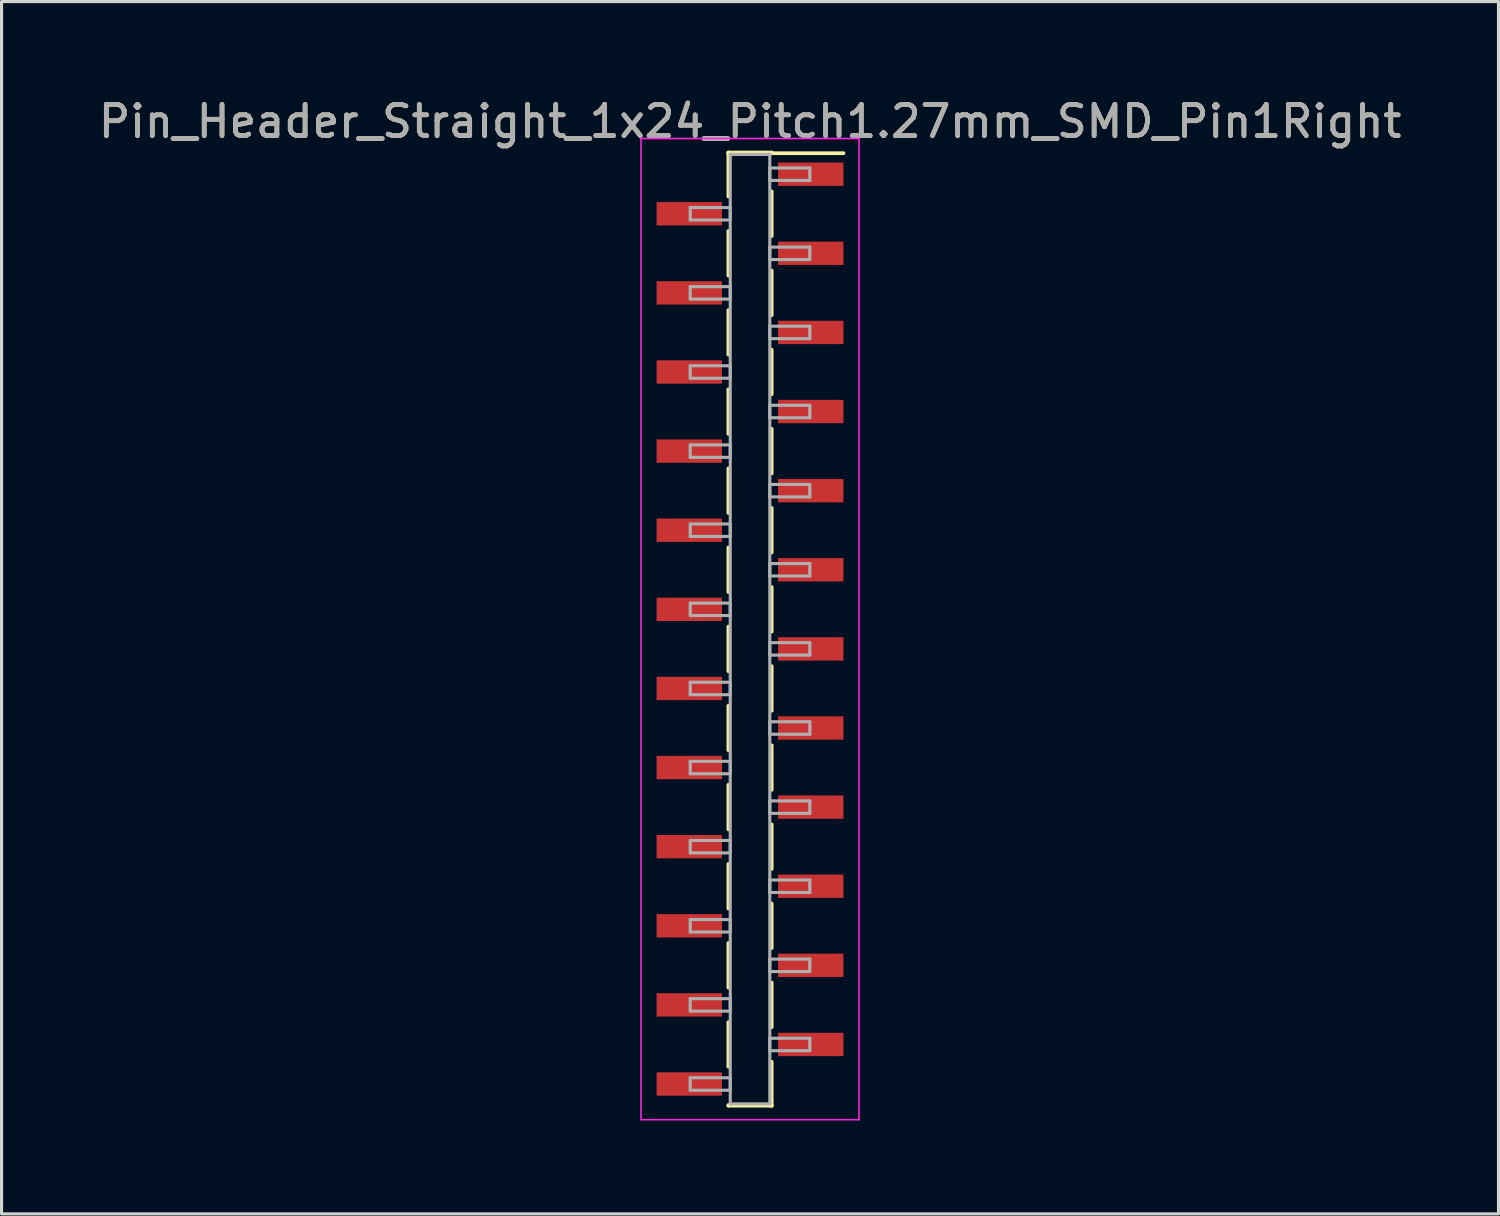
<source format=kicad_pcb>
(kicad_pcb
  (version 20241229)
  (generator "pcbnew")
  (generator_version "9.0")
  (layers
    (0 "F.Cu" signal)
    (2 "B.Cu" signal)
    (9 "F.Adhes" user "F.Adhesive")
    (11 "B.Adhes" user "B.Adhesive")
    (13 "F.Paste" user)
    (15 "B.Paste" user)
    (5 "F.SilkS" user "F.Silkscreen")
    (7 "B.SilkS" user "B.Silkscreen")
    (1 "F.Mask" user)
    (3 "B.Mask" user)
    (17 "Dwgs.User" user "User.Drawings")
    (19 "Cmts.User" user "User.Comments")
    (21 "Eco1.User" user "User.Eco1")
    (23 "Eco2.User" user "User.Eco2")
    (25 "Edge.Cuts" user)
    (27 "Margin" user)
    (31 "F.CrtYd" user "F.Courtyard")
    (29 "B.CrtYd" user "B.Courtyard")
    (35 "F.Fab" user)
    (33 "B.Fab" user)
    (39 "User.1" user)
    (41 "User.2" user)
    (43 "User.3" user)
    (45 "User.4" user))
  (footprint "Pin_Header_Straight_1x24_Pitch1.27mm_SMD_Pin1Right"
    (layer "F.Cu")
    (at 21.03 17.148)
    (property "Reference" "Pin_Header_Straight_1x24_Pitch1.27mm_SMD_Pin1Right" (at 0 -16.3 0) (layer "F.SilkS") (effects (font (size 1 1) (thickness 0.15))))
    (attr smd)
    (fp_line (start -0.695 -15.3) (end -0.695 -13.89) (stroke (width 0.12) (type solid)) (layer "F.SilkS"))
    (fp_line (start -0.695 -15.3) (end 0.695 -15.3) (stroke (width 0.12) (type solid)) (layer "F.SilkS"))
    (fp_line (start -0.695 -15.28) (end -0.695 -15.3) (stroke (width 0.12) (type solid)) (layer "F.SilkS"))
    (fp_line (start -0.695 -12.78) (end -0.695 -11.35) (stroke (width 0.12) (type solid)) (layer "F.SilkS"))
    (fp_line (start -0.695 -10.24) (end -0.695 -8.81) (stroke (width 0.12) (type solid)) (layer "F.SilkS"))
    (fp_line (start -0.695 -7.7) (end -0.695 -6.27) (stroke (width 0.12) (type solid)) (layer "F.SilkS"))
    (fp_line (start -0.695 -5.16) (end -0.695 -3.73) (stroke (width 0.12) (type solid)) (layer "F.SilkS"))
    (fp_line (start -0.695 -2.62) (end -0.695 -1.19) (stroke (width 0.12) (type solid)) (layer "F.SilkS"))
    (fp_line (start -0.695 -0.08) (end -0.695 1.35) (stroke (width 0.12) (type solid)) (layer "F.SilkS"))
    (fp_line (start -0.695 2.46) (end -0.695 3.89) (stroke (width 0.12) (type solid)) (layer "F.SilkS"))
    (fp_line (start -0.695 5) (end -0.695 6.43) (stroke (width 0.12) (type solid)) (layer "F.SilkS"))
    (fp_line (start -0.695 7.54) (end -0.695 8.97) (stroke (width 0.12) (type solid)) (layer "F.SilkS"))
    (fp_line (start -0.695 10.08) (end -0.695 11.51) (stroke (width 0.12) (type solid)) (layer "F.SilkS"))
    (fp_line (start -0.695 12.62) (end -0.695 14.05) (stroke (width 0.12) (type solid)) (layer "F.SilkS"))
    (fp_line (start -0.695 15.28) (end -0.695 15.3) (stroke (width 0.12) (type solid)) (layer "F.SilkS"))
    (fp_line (start -0.695 15.3) (end 0.695 15.3) (stroke (width 0.12) (type solid)) (layer "F.SilkS"))
    (fp_line (start 0.695 -15.3) (end 0.695 -15.28) (stroke (width 0.12) (type solid)) (layer "F.SilkS"))
    (fp_line (start 0.695 -15.28) (end 3 -15.28) (stroke (width 0.12) (type solid)) (layer "F.SilkS"))
    (fp_line (start 0.695 -14.05) (end 0.695 -12.62) (stroke (width 0.12) (type solid)) (layer "F.SilkS"))
    (fp_line (start 0.695 -11.51) (end 0.695 -10.08) (stroke (width 0.12) (type solid)) (layer "F.SilkS"))
    (fp_line (start 0.695 -8.97) (end 0.695 -7.54) (stroke (width 0.12) (type solid)) (layer "F.SilkS"))
    (fp_line (start 0.695 -6.43) (end 0.695 -5) (stroke (width 0.12) (type solid)) (layer "F.SilkS"))
    (fp_line (start 0.695 -3.89) (end 0.695 -2.46) (stroke (width 0.12) (type solid)) (layer "F.SilkS"))
    (fp_line (start 0.695 -1.35) (end 0.695 0.08) (stroke (width 0.12) (type solid)) (layer "F.SilkS"))
    (fp_line (start 0.695 1.19) (end 0.695 2.62) (stroke (width 0.12) (type solid)) (layer "F.SilkS"))
    (fp_line (start 0.695 3.73) (end 0.695 5.16) (stroke (width 0.12) (type solid)) (layer "F.SilkS"))
    (fp_line (start 0.695 6.27) (end 0.695 7.7) (stroke (width 0.12) (type solid)) (layer "F.SilkS"))
    (fp_line (start 0.695 8.81) (end 0.695 10.24) (stroke (width 0.12) (type solid)) (layer "F.SilkS"))
    (fp_line (start 0.695 11.35) (end 0.695 12.78) (stroke (width 0.12) (type solid)) (layer "F.SilkS"))
    (fp_line (start 0.695 13.89) (end 0.695 15.3) (stroke (width 0.12) (type solid)) (layer "F.SilkS"))
    (fp_line (start 0.695 15.3) (end 0.695 15.28) (stroke (width 0.12) (type solid)) (layer "F.SilkS"))
    (fp_line (start -3.5 -15.75) (end -3.5 15.75) (stroke (width 0.05) (type solid)) (layer "F.CrtYd"))
    (fp_line (start -3.5 15.75) (end 3.5 15.75) (stroke (width 0.05) (type solid)) (layer "F.CrtYd"))
    (fp_line (start 3.5 -15.75) (end -3.5 -15.75) (stroke (width 0.05) (type solid)) (layer "F.CrtYd"))
    (fp_line (start 3.5 15.75) (end 3.5 -15.75) (stroke (width 0.05) (type solid)) (layer "F.CrtYd"))
    (fp_line (start -1.92 -13.535) (end -0.635 -13.535) (stroke (width 0.1) (type solid)) (layer "F.Fab"))
    (fp_line (start -1.92 -13.135) (end -1.92 -13.535) (stroke (width 0.1) (type solid)) (layer "F.Fab"))
    (fp_line (start -1.92 -10.995) (end -0.635 -10.995) (stroke (width 0.1) (type solid)) (layer "F.Fab"))
    (fp_line (start -1.92 -10.595) (end -1.92 -10.995) (stroke (width 0.1) (type solid)) (layer "F.Fab"))
    (fp_line (start -1.92 -8.455) (end -0.635 -8.455) (stroke (width 0.1) (type solid)) (layer "F.Fab"))
    (fp_line (start -1.92 -8.055) (end -1.92 -8.455) (stroke (width 0.1) (type solid)) (layer "F.Fab"))
    (fp_line (start -1.92 -5.915) (end -0.635 -5.915) (stroke (width 0.1) (type solid)) (layer "F.Fab"))
    (fp_line (start -1.92 -5.515) (end -1.92 -5.915) (stroke (width 0.1) (type solid)) (layer "F.Fab"))
    (fp_line (start -1.92 -3.375) (end -0.635 -3.375) (stroke (width 0.1) (type solid)) (layer "F.Fab"))
    (fp_line (start -1.92 -2.975) (end -1.92 -3.375) (stroke (width 0.1) (type solid)) (layer "F.Fab"))
    (fp_line (start -1.92 -0.835) (end -0.635 -0.835) (stroke (width 0.1) (type solid)) (layer "F.Fab"))
    (fp_line (start -1.92 -0.435) (end -1.92 -0.835) (stroke (width 0.1) (type solid)) (layer "F.Fab"))
    (fp_line (start -1.92 1.705) (end -0.635 1.705) (stroke (width 0.1) (type solid)) (layer "F.Fab"))
    (fp_line (start -1.92 2.105) (end -1.92 1.705) (stroke (width 0.1) (type solid)) (layer "F.Fab"))
    (fp_line (start -1.92 4.245) (end -0.635 4.245) (stroke (width 0.1) (type solid)) (layer "F.Fab"))
    (fp_line (start -1.92 4.645) (end -1.92 4.245) (stroke (width 0.1) (type solid)) (layer "F.Fab"))
    (fp_line (start -1.92 6.785) (end -0.635 6.785) (stroke (width 0.1) (type solid)) (layer "F.Fab"))
    (fp_line (start -1.92 7.185) (end -1.92 6.785) (stroke (width 0.1) (type solid)) (layer "F.Fab"))
    (fp_line (start -1.92 9.325) (end -0.635 9.325) (stroke (width 0.1) (type solid)) (layer "F.Fab"))
    (fp_line (start -1.92 9.725) (end -1.92 9.325) (stroke (width 0.1) (type solid)) (layer "F.Fab"))
    (fp_line (start -1.92 11.865) (end -0.635 11.865) (stroke (width 0.1) (type solid)) (layer "F.Fab"))
    (fp_line (start -1.92 12.265) (end -1.92 11.865) (stroke (width 0.1) (type solid)) (layer "F.Fab"))
    (fp_line (start -1.92 14.405) (end -0.635 14.405) (stroke (width 0.1) (type solid)) (layer "F.Fab"))
    (fp_line (start -1.92 14.805) (end -1.92 14.405) (stroke (width 0.1) (type solid)) (layer "F.Fab"))
    (fp_line (start -0.635 -15.24) (end -0.635 15.24) (stroke (width 0.1) (type solid)) (layer "F.Fab"))
    (fp_line (start -0.635 -13.535) (end -0.635 -13.135) (stroke (width 0.1) (type solid)) (layer "F.Fab"))
    (fp_line (start -0.635 -13.135) (end -1.92 -13.135) (stroke (width 0.1) (type solid)) (layer "F.Fab"))
    (fp_line (start -0.635 -10.995) (end -0.635 -10.595) (stroke (width 0.1) (type solid)) (layer "F.Fab"))
    (fp_line (start -0.635 -10.595) (end -1.92 -10.595) (stroke (width 0.1) (type solid)) (layer "F.Fab"))
    (fp_line (start -0.635 -8.455) (end -0.635 -8.055) (stroke (width 0.1) (type solid)) (layer "F.Fab"))
    (fp_line (start -0.635 -8.055) (end -1.92 -8.055) (stroke (width 0.1) (type solid)) (layer "F.Fab"))
    (fp_line (start -0.635 -5.915) (end -0.635 -5.515) (stroke (width 0.1) (type solid)) (layer "F.Fab"))
    (fp_line (start -0.635 -5.515) (end -1.92 -5.515) (stroke (width 0.1) (type solid)) (layer "F.Fab"))
    (fp_line (start -0.635 -3.375) (end -0.635 -2.975) (stroke (width 0.1) (type solid)) (layer "F.Fab"))
    (fp_line (start -0.635 -2.975) (end -1.92 -2.975) (stroke (width 0.1) (type solid)) (layer "F.Fab"))
    (fp_line (start -0.635 -0.835) (end -0.635 -0.435) (stroke (width 0.1) (type solid)) (layer "F.Fab"))
    (fp_line (start -0.635 -0.435) (end -1.92 -0.435) (stroke (width 0.1) (type solid)) (layer "F.Fab"))
    (fp_line (start -0.635 1.705) (end -0.635 2.105) (stroke (width 0.1) (type solid)) (layer "F.Fab"))
    (fp_line (start -0.635 2.105) (end -1.92 2.105) (stroke (width 0.1) (type solid)) (layer "F.Fab"))
    (fp_line (start -0.635 4.245) (end -0.635 4.645) (stroke (width 0.1) (type solid)) (layer "F.Fab"))
    (fp_line (start -0.635 4.645) (end -1.92 4.645) (stroke (width 0.1) (type solid)) (layer "F.Fab"))
    (fp_line (start -0.635 6.785) (end -0.635 7.185) (stroke (width 0.1) (type solid)) (layer "F.Fab"))
    (fp_line (start -0.635 7.185) (end -1.92 7.185) (stroke (width 0.1) (type solid)) (layer "F.Fab"))
    (fp_line (start -0.635 9.325) (end -0.635 9.725) (stroke (width 0.1) (type solid)) (layer "F.Fab"))
    (fp_line (start -0.635 9.725) (end -1.92 9.725) (stroke (width 0.1) (type solid)) (layer "F.Fab"))
    (fp_line (start -0.635 11.865) (end -0.635 12.265) (stroke (width 0.1) (type solid)) (layer "F.Fab"))
    (fp_line (start -0.635 12.265) (end -1.92 12.265) (stroke (width 0.1) (type solid)) (layer "F.Fab"))
    (fp_line (start -0.635 14.405) (end -0.635 14.805) (stroke (width 0.1) (type solid)) (layer "F.Fab"))
    (fp_line (start -0.635 14.805) (end -1.92 14.805) (stroke (width 0.1) (type solid)) (layer "F.Fab"))
    (fp_line (start -0.635 15.24) (end 0.635 15.24) (stroke (width 0.1) (type solid)) (layer "F.Fab"))
    (fp_line (start 0.635 -15.24) (end -0.635 -15.24) (stroke (width 0.1) (type solid)) (layer "F.Fab"))
    (fp_line (start 0.635 -14.805) (end 0.635 -14.405) (stroke (width 0.1) (type solid)) (layer "F.Fab"))
    (fp_line (start 0.635 -14.405) (end 1.92 -14.405) (stroke (width 0.1) (type solid)) (layer "F.Fab"))
    (fp_line (start 0.635 -12.265) (end 0.635 -11.865) (stroke (width 0.1) (type solid)) (layer "F.Fab"))
    (fp_line (start 0.635 -11.865) (end 1.92 -11.865) (stroke (width 0.1) (type solid)) (layer "F.Fab"))
    (fp_line (start 0.635 -9.725) (end 0.635 -9.325) (stroke (width 0.1) (type solid)) (layer "F.Fab"))
    (fp_line (start 0.635 -9.325) (end 1.92 -9.325) (stroke (width 0.1) (type solid)) (layer "F.Fab"))
    (fp_line (start 0.635 -7.185) (end 0.635 -6.785) (stroke (width 0.1) (type solid)) (layer "F.Fab"))
    (fp_line (start 0.635 -6.785) (end 1.92 -6.785) (stroke (width 0.1) (type solid)) (layer "F.Fab"))
    (fp_line (start 0.635 -4.645) (end 0.635 -4.245) (stroke (width 0.1) (type solid)) (layer "F.Fab"))
    (fp_line (start 0.635 -4.245) (end 1.92 -4.245) (stroke (width 0.1) (type solid)) (layer "F.Fab"))
    (fp_line (start 0.635 -2.105) (end 0.635 -1.705) (stroke (width 0.1) (type solid)) (layer "F.Fab"))
    (fp_line (start 0.635 -1.705) (end 1.92 -1.705) (stroke (width 0.1) (type solid)) (layer "F.Fab"))
    (fp_line (start 0.635 0.435) (end 0.635 0.835) (stroke (width 0.1) (type solid)) (layer "F.Fab"))
    (fp_line (start 0.635 0.835) (end 1.92 0.835) (stroke (width 0.1) (type solid)) (layer "F.Fab"))
    (fp_line (start 0.635 2.975) (end 0.635 3.375) (stroke (width 0.1) (type solid)) (layer "F.Fab"))
    (fp_line (start 0.635 3.375) (end 1.92 3.375) (stroke (width 0.1) (type solid)) (layer "F.Fab"))
    (fp_line (start 0.635 5.515) (end 0.635 5.915) (stroke (width 0.1) (type solid)) (layer "F.Fab"))
    (fp_line (start 0.635 5.915) (end 1.92 5.915) (stroke (width 0.1) (type solid)) (layer "F.Fab"))
    (fp_line (start 0.635 8.055) (end 0.635 8.455) (stroke (width 0.1) (type solid)) (layer "F.Fab"))
    (fp_line (start 0.635 8.455) (end 1.92 8.455) (stroke (width 0.1) (type solid)) (layer "F.Fab"))
    (fp_line (start 0.635 10.595) (end 0.635 10.995) (stroke (width 0.1) (type solid)) (layer "F.Fab"))
    (fp_line (start 0.635 10.995) (end 1.92 10.995) (stroke (width 0.1) (type solid)) (layer "F.Fab"))
    (fp_line (start 0.635 13.135) (end 0.635 13.535) (stroke (width 0.1) (type solid)) (layer "F.Fab"))
    (fp_line (start 0.635 13.535) (end 1.92 13.535) (stroke (width 0.1) (type solid)) (layer "F.Fab"))
    (fp_line (start 0.635 15.24) (end 0.635 -15.24) (stroke (width 0.1) (type solid)) (layer "F.Fab"))
    (fp_line (start 1.92 -14.805) (end 0.635 -14.805) (stroke (width 0.1) (type solid)) (layer "F.Fab"))
    (fp_line (start 1.92 -14.405) (end 1.92 -14.805) (stroke (width 0.1) (type solid)) (layer "F.Fab"))
    (fp_line (start 1.92 -12.265) (end 0.635 -12.265) (stroke (width 0.1) (type solid)) (layer "F.Fab"))
    (fp_line (start 1.92 -11.865) (end 1.92 -12.265) (stroke (width 0.1) (type solid)) (layer "F.Fab"))
    (fp_line (start 1.92 -9.725) (end 0.635 -9.725) (stroke (width 0.1) (type solid)) (layer "F.Fab"))
    (fp_line (start 1.92 -9.325) (end 1.92 -9.725) (stroke (width 0.1) (type solid)) (layer "F.Fab"))
    (fp_line (start 1.92 -7.185) (end 0.635 -7.185) (stroke (width 0.1) (type solid)) (layer "F.Fab"))
    (fp_line (start 1.92 -6.785) (end 1.92 -7.185) (stroke (width 0.1) (type solid)) (layer "F.Fab"))
    (fp_line (start 1.92 -4.645) (end 0.635 -4.645) (stroke (width 0.1) (type solid)) (layer "F.Fab"))
    (fp_line (start 1.92 -4.245) (end 1.92 -4.645) (stroke (width 0.1) (type solid)) (layer "F.Fab"))
    (fp_line (start 1.92 -2.105) (end 0.635 -2.105) (stroke (width 0.1) (type solid)) (layer "F.Fab"))
    (fp_line (start 1.92 -1.705) (end 1.92 -2.105) (stroke (width 0.1) (type solid)) (layer "F.Fab"))
    (fp_line (start 1.92 0.435) (end 0.635 0.435) (stroke (width 0.1) (type solid)) (layer "F.Fab"))
    (fp_line (start 1.92 0.835) (end 1.92 0.435) (stroke (width 0.1) (type solid)) (layer "F.Fab"))
    (fp_line (start 1.92 2.975) (end 0.635 2.975) (stroke (width 0.1) (type solid)) (layer "F.Fab"))
    (fp_line (start 1.92 3.375) (end 1.92 2.975) (stroke (width 0.1) (type solid)) (layer "F.Fab"))
    (fp_line (start 1.92 5.515) (end 0.635 5.515) (stroke (width 0.1) (type solid)) (layer "F.Fab"))
    (fp_line (start 1.92 5.915) (end 1.92 5.515) (stroke (width 0.1) (type solid)) (layer "F.Fab"))
    (fp_line (start 1.92 8.055) (end 0.635 8.055) (stroke (width 0.1) (type solid)) (layer "F.Fab"))
    (fp_line (start 1.92 8.455) (end 1.92 8.055) (stroke (width 0.1) (type solid)) (layer "F.Fab"))
    (fp_line (start 1.92 10.595) (end 0.635 10.595) (stroke (width 0.1) (type solid)) (layer "F.Fab"))
    (fp_line (start 1.92 10.995) (end 1.92 10.595) (stroke (width 0.1) (type solid)) (layer "F.Fab"))
    (fp_line (start 1.92 13.135) (end 0.635 13.135) (stroke (width 0.1) (type solid)) (layer "F.Fab"))
    (fp_line (start 1.92 13.535) (end 1.92 13.135) (stroke (width 0.1) (type solid)) (layer "F.Fab"))
    (fp_text user "${REFERENCE}" (at 0 -16.3 0) (layer "F.Fab") (effects (font (size 1 1) (thickness 0.15))))
    (pad "1" smd rect (at 1.95 -14.605) (size 2.1 0.75) (layers "F.Cu" "F.Mask" "F.Paste"))
    (pad "2" smd rect (at -1.95 -13.335) (size 2.1 0.75) (layers "F.Cu" "F.Mask" "F.Paste"))
    (pad "3" smd rect (at 1.95 -12.065) (size 2.1 0.75) (layers "F.Cu" "F.Mask" "F.Paste"))
    (pad "4" smd rect (at -1.95 -10.795) (size 2.1 0.75) (layers "F.Cu" "F.Mask" "F.Paste"))
    (pad "5" smd rect (at 1.95 -9.525) (size 2.1 0.75) (layers "F.Cu" "F.Mask" "F.Paste"))
    (pad "6" smd rect (at -1.95 -8.255) (size 2.1 0.75) (layers "F.Cu" "F.Mask" "F.Paste"))
    (pad "7" smd rect (at 1.95 -6.985) (size 2.1 0.75) (layers "F.Cu" "F.Mask" "F.Paste"))
    (pad "8" smd rect (at -1.95 -5.715) (size 2.1 0.75) (layers "F.Cu" "F.Mask" "F.Paste"))
    (pad "9" smd rect (at 1.95 -4.445) (size 2.1 0.75) (layers "F.Cu" "F.Mask" "F.Paste"))
    (pad "10" smd rect (at -1.95 -3.175) (size 2.1 0.75) (layers "F.Cu" "F.Mask" "F.Paste"))
    (pad "11" smd rect (at 1.95 -1.905) (size 2.1 0.75) (layers "F.Cu" "F.Mask" "F.Paste"))
    (pad "12" smd rect (at -1.95 -0.635) (size 2.1 0.75) (layers "F.Cu" "F.Mask" "F.Paste"))
    (pad "13" smd rect (at 1.95 0.635) (size 2.1 0.75) (layers "F.Cu" "F.Mask" "F.Paste"))
    (pad "14" smd rect (at -1.95 1.905) (size 2.1 0.75) (layers "F.Cu" "F.Mask" "F.Paste"))
    (pad "15" smd rect (at 1.95 3.175) (size 2.1 0.75) (layers "F.Cu" "F.Mask" "F.Paste"))
    (pad "16" smd rect (at -1.95 4.445) (size 2.1 0.75) (layers "F.Cu" "F.Mask" "F.Paste"))
    (pad "17" smd rect (at 1.95 5.715) (size 2.1 0.75) (layers "F.Cu" "F.Mask" "F.Paste"))
    (pad "18" smd rect (at -1.95 6.985) (size 2.1 0.75) (layers "F.Cu" "F.Mask" "F.Paste"))
    (pad "19" smd rect (at 1.95 8.255) (size 2.1 0.75) (layers "F.Cu" "F.Mask" "F.Paste"))
    (pad "20" smd rect (at -1.95 9.525) (size 2.1 0.75) (layers "F.Cu" "F.Mask" "F.Paste"))
    (pad "21" smd rect (at 1.95 10.795) (size 2.1 0.75) (layers "F.Cu" "F.Mask" "F.Paste"))
    (pad "22" smd rect (at -1.95 12.065) (size 2.1 0.75) (layers "F.Cu" "F.Mask" "F.Paste"))
    (pad "23" smd rect (at 1.95 13.335) (size 2.1 0.75) (layers "F.Cu" "F.Mask" "F.Paste"))
    (pad "24" smd rect (at -1.95 14.605) (size 2.1 0.75) (layers "F.Cu" "F.Mask" "F.Paste")))
  (gr_rect
    (start -3 -3)
    (end 45.06 35.923)
    (stroke (width 0.1) (type default))
    (fill no)
    (layer "Edge.Cuts")))
</source>
